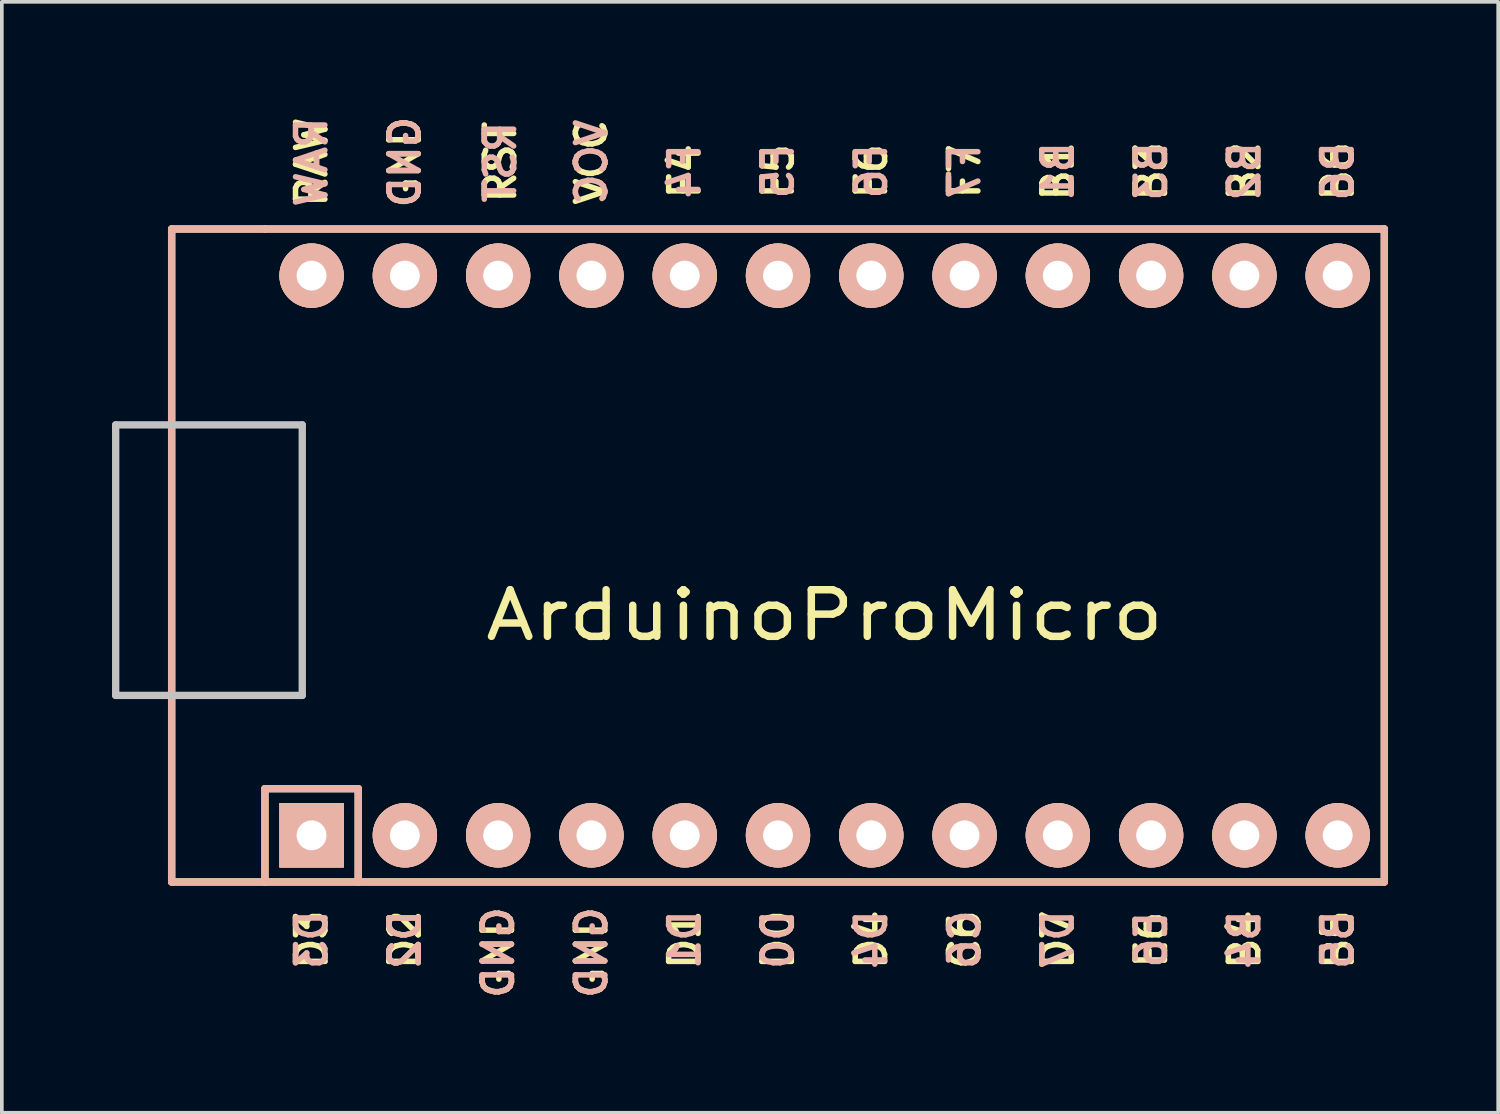
<source format=kicad_pcb>
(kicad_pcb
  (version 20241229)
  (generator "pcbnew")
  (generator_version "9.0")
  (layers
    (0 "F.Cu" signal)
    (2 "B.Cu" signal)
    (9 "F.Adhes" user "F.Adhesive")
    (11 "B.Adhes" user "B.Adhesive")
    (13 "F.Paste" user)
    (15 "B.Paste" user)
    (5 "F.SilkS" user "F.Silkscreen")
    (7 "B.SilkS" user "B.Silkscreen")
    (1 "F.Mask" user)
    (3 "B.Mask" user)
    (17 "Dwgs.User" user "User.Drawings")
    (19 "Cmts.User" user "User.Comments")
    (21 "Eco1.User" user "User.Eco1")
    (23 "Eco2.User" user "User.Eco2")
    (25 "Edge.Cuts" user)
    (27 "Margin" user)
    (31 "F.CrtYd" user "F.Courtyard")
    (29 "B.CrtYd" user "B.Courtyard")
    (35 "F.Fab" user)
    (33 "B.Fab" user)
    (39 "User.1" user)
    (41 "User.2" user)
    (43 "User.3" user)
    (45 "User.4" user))
  (footprint "ArduinoProMicro"
    (layer "F.Cu")
    (at 19.404 12.075)
    (property "Reference" "ArduinoProMicro" (at 0 1.625 0) (layer "F.SilkS") (effects (font (size 1.27 1.524) (thickness 0.203))))
    (attr through_hole)
    (fp_line (start -17.78 -8.89) (end -17.78 8.89) (stroke (width 0.2) (type solid)) (layer "F.SilkS"))
    (fp_line (start -17.78 8.89) (end -15.24 8.89) (stroke (width 0.2) (type solid)) (layer "F.SilkS"))
    (fp_line (start -15.24 -8.89) (end -17.78 -8.89) (stroke (width 0.2) (type solid)) (layer "F.SilkS"))
    (fp_line (start -15.24 6.35) (end -15.24 8.89) (stroke (width 0.2) (type solid)) (layer "F.SilkS"))
    (fp_line (start -15.24 6.35) (end -12.7 6.35) (stroke (width 0.2) (type solid)) (layer "F.SilkS"))
    (fp_line (start -15.24 8.89) (end 15.24 8.89) (stroke (width 0.2) (type solid)) (layer "F.SilkS"))
    (fp_line (start -12.7 6.35) (end -12.7 8.89) (stroke (width 0.2) (type solid)) (layer "F.SilkS"))
    (fp_line (start 15.24 -8.89) (end -15.24 -8.89) (stroke (width 0.2) (type solid)) (layer "F.SilkS"))
    (fp_line (start 15.24 8.89) (end 15.24 -8.89) (stroke (width 0.2) (type solid)) (layer "F.SilkS"))
    (fp_line (start -17.78 -8.89) (end -17.78 8.89) (stroke (width 0.2) (type solid)) (layer "B.SilkS"))
    (fp_line (start -17.78 8.89) (end 15.24 8.89) (stroke (width 0.2) (type solid)) (layer "B.SilkS"))
    (fp_line (start -15.24 6.35) (end -15.24 8.89) (stroke (width 0.2) (type solid)) (layer "B.SilkS"))
    (fp_line (start -15.24 6.35) (end -12.7 6.35) (stroke (width 0.2) (type solid)) (layer "B.SilkS"))
    (fp_line (start -12.7 6.35) (end -12.7 8.89) (stroke (width 0.2) (type solid)) (layer "B.SilkS"))
    (fp_line (start 15.24 -8.89) (end -17.78 -8.89) (stroke (width 0.2) (type solid)) (layer "B.SilkS"))
    (fp_line (start 15.24 8.89) (end 15.24 -8.89) (stroke (width 0.2) (type solid)) (layer "B.SilkS"))
    (fp_line (start -19.304 -3.556) (end -14.224 -3.556) (stroke (width 0.2) (type solid)) (layer "Dwgs.User"))
    (fp_line (start -19.304 3.81) (end -19.304 -3.556) (stroke (width 0.2) (type solid)) (layer "Dwgs.User"))
    (fp_line (start -14.224 -3.556) (end -14.224 3.81) (stroke (width 0.2) (type solid)) (layer "Dwgs.User"))
    (fp_line (start -14.224 3.81) (end -19.304 3.81) (stroke (width 0.2) (type solid)) (layer "Dwgs.User"))
    (fp_text user "RST" (at -8.83 -10.711 90) (layer "F.SilkS") (effects (font (size 0.8 0.8) (thickness 0.15))))
    (fp_text user "VCC" (at -6.35 -10.711 90) (layer "F.SilkS") (effects (font (size 0.8 0.8) (thickness 0.15))))
    (fp_text user "B4" (at 11.43 10.461 90) (layer "F.SilkS") (effects (font (size 0.8 0.8) (thickness 0.15))))
    (fp_text user "C6" (at 3.81 10.461 90) (layer "F.SilkS") (effects (font (size 0.8 0.8) (thickness 0.15))))
    (fp_text user "F4" (at -3.81 -10.461 90) (layer "F.SilkS") (effects (font (size 0.8 0.8) (thickness 0.15))))
    (fp_text user "F6" (at 1.27 -10.461 90) (layer "F.SilkS") (effects (font (size 0.8 0.8) (thickness 0.15))))
    (fp_text user "F5" (at -1.27 -10.461 90) (layer "F.SilkS") (effects (font (size 0.8 0.8) (thickness 0.15))))
    (fp_text user "D1" (at -3.81 10.461 90) (layer "F.SilkS") (effects (font (size 0.8 0.8) (thickness 0.15))))
    (fp_text user "B1" (at 6.35 -10.461 90) (layer "F.SilkS") (effects (font (size 0.8 0.8) (thickness 0.15))))
    (fp_text user "GND" (at -8.89 10.811 90) (layer "F.SilkS") (effects (font (size 0.8 0.8) (thickness 0.15))))
    (fp_text user "GND" (at -11.43 -10.711 90) (layer "F.SilkS") (effects (font (size 0.8 0.8) (thickness 0.15))))
    (fp_text user "RAW" (at -13.97 -10.711 90) (layer "F.SilkS") (effects (font (size 0.8 0.8) (thickness 0.15))))
    (fp_text user "D3" (at -13.97 10.461 90) (layer "F.SilkS") (effects (font (size 0.8 0.8) (thickness 0.15))))
    (fp_text user "B2" (at 11.43 -10.461 90) (layer "F.SilkS") (effects (font (size 0.8 0.8) (thickness 0.15))))
    (fp_text user "GND" (at -6.35 10.811 90) (layer "F.SilkS") (effects (font (size 0.8 0.8) (thickness 0.15))))
    (fp_text user "E6" (at 8.89 10.461 90) (layer "F.SilkS") (effects (font (size 0.8 0.8) (thickness 0.15))))
    (fp_text user "B3" (at 8.89 -10.461 90) (layer "F.SilkS") (effects (font (size 0.8 0.8) (thickness 0.15))))
    (fp_text user "D7" (at 6.35 10.461 90) (layer "F.SilkS") (effects (font (size 0.8 0.8) (thickness 0.15))))
    (fp_text user "F7" (at 3.81 -10.461 90) (layer "F.SilkS") (effects (font (size 0.8 0.8) (thickness 0.15))))
    (fp_text user "D2" (at -11.43 10.461 90) (layer "F.SilkS") (effects (font (size 0.8 0.8) (thickness 0.15))))
    (fp_text user "D0" (at -1.27 10.461 90) (layer "F.SilkS") (effects (font (size 0.8 0.8) (thickness 0.15))))
    (fp_text user "B5" (at 13.97 10.461 90) (layer "F.SilkS") (effects (font (size 0.8 0.8) (thickness 0.15))))
    (fp_text user "D4" (at 1.27 10.461 90) (layer "F.SilkS") (effects (font (size 0.8 0.8) (thickness 0.15))))
    (fp_text user "B6" (at 13.97 -10.461 90) (layer "F.SilkS") (effects (font (size 0.8 0.8) (thickness 0.15))))
    (fp_text user "F6" (at 1.27 -10.461 90) (layer "B.SilkS") (effects (font (size 0.8 0.8) (thickness 0.15)) (justify mirror)))
    (fp_text user "GND" (at -8.89 10.811 90) (layer "B.SilkS") (effects (font (size 0.8 0.8) (thickness 0.15)) (justify mirror)))
    (fp_text user "E6" (at 8.89 10.461 90) (layer "B.SilkS") (effects (font (size 0.8 0.8) (thickness 0.15)) (justify mirror)))
    (fp_text user "D2" (at -11.43 10.461 90) (layer "B.SilkS") (effects (font (size 0.8 0.8) (thickness 0.15)) (justify mirror)))
    (fp_text user "D0" (at -1.27 10.461 90) (layer "B.SilkS") (effects (font (size 0.8 0.8) (thickness 0.15)) (justify mirror)))
    (fp_text user "RST" (at -8.83 -10.711 90) (layer "B.SilkS") (effects (font (size 0.8 0.8) (thickness 0.15)) (justify mirror)))
    (fp_text user "B3" (at 8.89 -10.461 90) (layer "B.SilkS") (effects (font (size 0.8 0.8) (thickness 0.15)) (justify mirror)))
    (fp_text user "B5" (at 13.97 10.461 90) (layer "B.SilkS") (effects (font (size 0.8 0.8) (thickness 0.15)) (justify mirror)))
    (fp_text user "B2" (at 11.43 -10.461 90) (layer "B.SilkS") (effects (font (size 0.8 0.8) (thickness 0.15)) (justify mirror)))
    (fp_text user "D1" (at -3.81 10.461 90) (layer "B.SilkS") (effects (font (size 0.8 0.8) (thickness 0.15)) (justify mirror)))
    (fp_text user "D2" (at -11.43 10.461 90) (layer "B.SilkS") (effects (font (size 0.8 0.8) (thickness 0.15)) (justify mirror)))
    (fp_text user "F7" (at 3.81 -10.461 90) (layer "B.SilkS") (effects (font (size 0.8 0.8) (thickness 0.15)) (justify mirror)))
    (fp_text user "GND" (at -6.35 10.811 90) (layer "B.SilkS") (effects (font (size 0.8 0.8) (thickness 0.15)) (justify mirror)))
    (fp_text user "F4" (at -3.81 -10.461 90) (layer "B.SilkS") (effects (font (size 0.8 0.8) (thickness 0.15)) (justify mirror)))
    (fp_text user "D4" (at 1.27 10.461 90) (layer "B.SilkS") (effects (font (size 0.8 0.8) (thickness 0.15)) (justify mirror)))
    (fp_text user "D3" (at -13.97 10.461 90) (layer "B.SilkS") (effects (font (size 0.8 0.8) (thickness 0.15)) (justify mirror)))
    (fp_text user "D7" (at 6.35 10.461 90) (layer "B.SilkS") (effects (font (size 0.8 0.8) (thickness 0.15)) (justify mirror)))
    (fp_text user "B1" (at 6.35 -10.461 90) (layer "B.SilkS") (effects (font (size 0.8 0.8) (thickness 0.15)) (justify mirror)))
    (fp_text user "GND" (at -11.43 -10.711 90) (layer "B.SilkS") (effects (font (size 0.8 0.8) (thickness 0.15)) (justify mirror)))
    (fp_text user "C6" (at 3.81 10.461 90) (layer "B.SilkS") (effects (font (size 0.8 0.8) (thickness 0.15)) (justify mirror)))
    (fp_text user "VCC" (at -6.35 -10.711 90) (layer "B.SilkS") (effects (font (size 0.8 0.8) (thickness 0.15)) (justify mirror)))
    (fp_text user "RAW" (at -13.97 -10.711 90) (layer "B.SilkS") (effects (font (size 0.8 0.8) (thickness 0.15)) (justify mirror)))
    (fp_text user "F5" (at -1.27 -10.461 90) (layer "B.SilkS") (effects (font (size 0.8 0.8) (thickness 0.15)) (justify mirror)))
    (fp_text user "B6" (at 13.97 -10.461 90) (layer "B.SilkS") (effects (font (size 0.8 0.8) (thickness 0.15)) (justify mirror)))
    (fp_text user "B4" (at 11.43 10.461 90) (layer "B.SilkS") (effects (font (size 0.8 0.8) (thickness 0.15)) (justify mirror)))
    (pad "1" thru_hole rect (at -13.97 7.62) (size 1.753 1.753) (drill 0.813) (layers "*.Cu" "*.SilkS" "*.Mask"))
    (pad "2" thru_hole circle (at -11.43 7.62) (size 1.753 1.753) (drill 0.813) (layers "*.Cu" "*.SilkS" "*.Mask"))
    (pad "3" thru_hole circle (at -8.89 7.62) (size 1.753 1.753) (drill 0.813) (layers "*.Cu" "*.SilkS" "*.Mask"))
    (pad "4" thru_hole circle (at -6.35 7.62) (size 1.753 1.753) (drill 0.813) (layers "*.Cu" "*.SilkS" "*.Mask"))
    (pad "5" thru_hole circle (at -3.81 7.62) (size 1.753 1.753) (drill 0.813) (layers "*.Cu" "*.SilkS" "*.Mask"))
    (pad "6" thru_hole circle (at -1.27 7.62) (size 1.753 1.753) (drill 0.813) (layers "*.Cu" "*.SilkS" "*.Mask"))
    (pad "7" thru_hole circle (at 1.27 7.62) (size 1.753 1.753) (drill 0.813) (layers "*.Cu" "*.SilkS" "*.Mask"))
    (pad "8" thru_hole circle (at 3.81 7.62) (size 1.753 1.753) (drill 0.813) (layers "*.Cu" "*.SilkS" "*.Mask"))
    (pad "9" thru_hole circle (at 6.35 7.62) (size 1.753 1.753) (drill 0.813) (layers "*.Cu" "*.SilkS" "*.Mask"))
    (pad "10" thru_hole circle (at 8.89 7.62) (size 1.753 1.753) (drill 0.813) (layers "*.Cu" "*.SilkS" "*.Mask"))
    (pad "11" thru_hole circle (at 11.43 7.62) (size 1.753 1.753) (drill 0.813) (layers "*.Cu" "*.SilkS" "*.Mask"))
    (pad "12" thru_hole circle (at 13.97 7.62) (size 1.753 1.753) (drill 0.813) (layers "*.Cu" "*.SilkS" "*.Mask"))
    (pad "13" thru_hole circle (at 13.97 -7.62) (size 1.753 1.753) (drill 0.813) (layers "*.Cu" "*.SilkS" "*.Mask"))
    (pad "14" thru_hole circle (at 11.43 -7.62) (size 1.753 1.753) (drill 0.813) (layers "*.Cu" "*.SilkS" "*.Mask"))
    (pad "15" thru_hole circle (at 8.89 -7.62) (size 1.753 1.753) (drill 0.813) (layers "*.Cu" "*.SilkS" "*.Mask"))
    (pad "16" thru_hole circle (at 6.35 -7.62) (size 1.753 1.753) (drill 0.813) (layers "*.Cu" "*.SilkS" "*.Mask"))
    (pad "17" thru_hole circle (at 3.81 -7.62) (size 1.753 1.753) (drill 0.813) (layers "*.Cu" "*.SilkS" "*.Mask"))
    (pad "18" thru_hole circle (at 1.27 -7.62) (size 1.753 1.753) (drill 0.813) (layers "*.Cu" "*.SilkS" "*.Mask"))
    (pad "19" thru_hole circle (at -1.27 -7.62) (size 1.753 1.753) (drill 0.813) (layers "*.Cu" "*.SilkS" "*.Mask"))
    (pad "20" thru_hole circle (at -3.81 -7.62) (size 1.753 1.753) (drill 0.813) (layers "*.Cu" "*.SilkS" "*.Mask"))
    (pad "21" thru_hole circle (at -6.35 -7.62) (size 1.753 1.753) (drill 0.813) (layers "*.Cu" "*.SilkS" "*.Mask"))
    (pad "22" thru_hole circle (at -8.89 -7.62) (size 1.753 1.753) (drill 0.813) (layers "*.Cu" "*.SilkS" "*.Mask"))
    (pad "23" thru_hole circle (at -11.43 -7.62) (size 1.753 1.753) (drill 0.813) (layers "*.Cu" "*.SilkS" "*.Mask"))
    (pad "24" thru_hole circle (at -13.97 -7.62) (size 1.753 1.753) (drill 0.813) (layers "*.Cu" "*.SilkS" "*.Mask")))
  (gr_rect
    (start -3 -3)
    (end 37.744 27.25)
    (stroke (width 0.1) (type default))
    (fill no)
    (layer "Edge.Cuts")))
</source>
